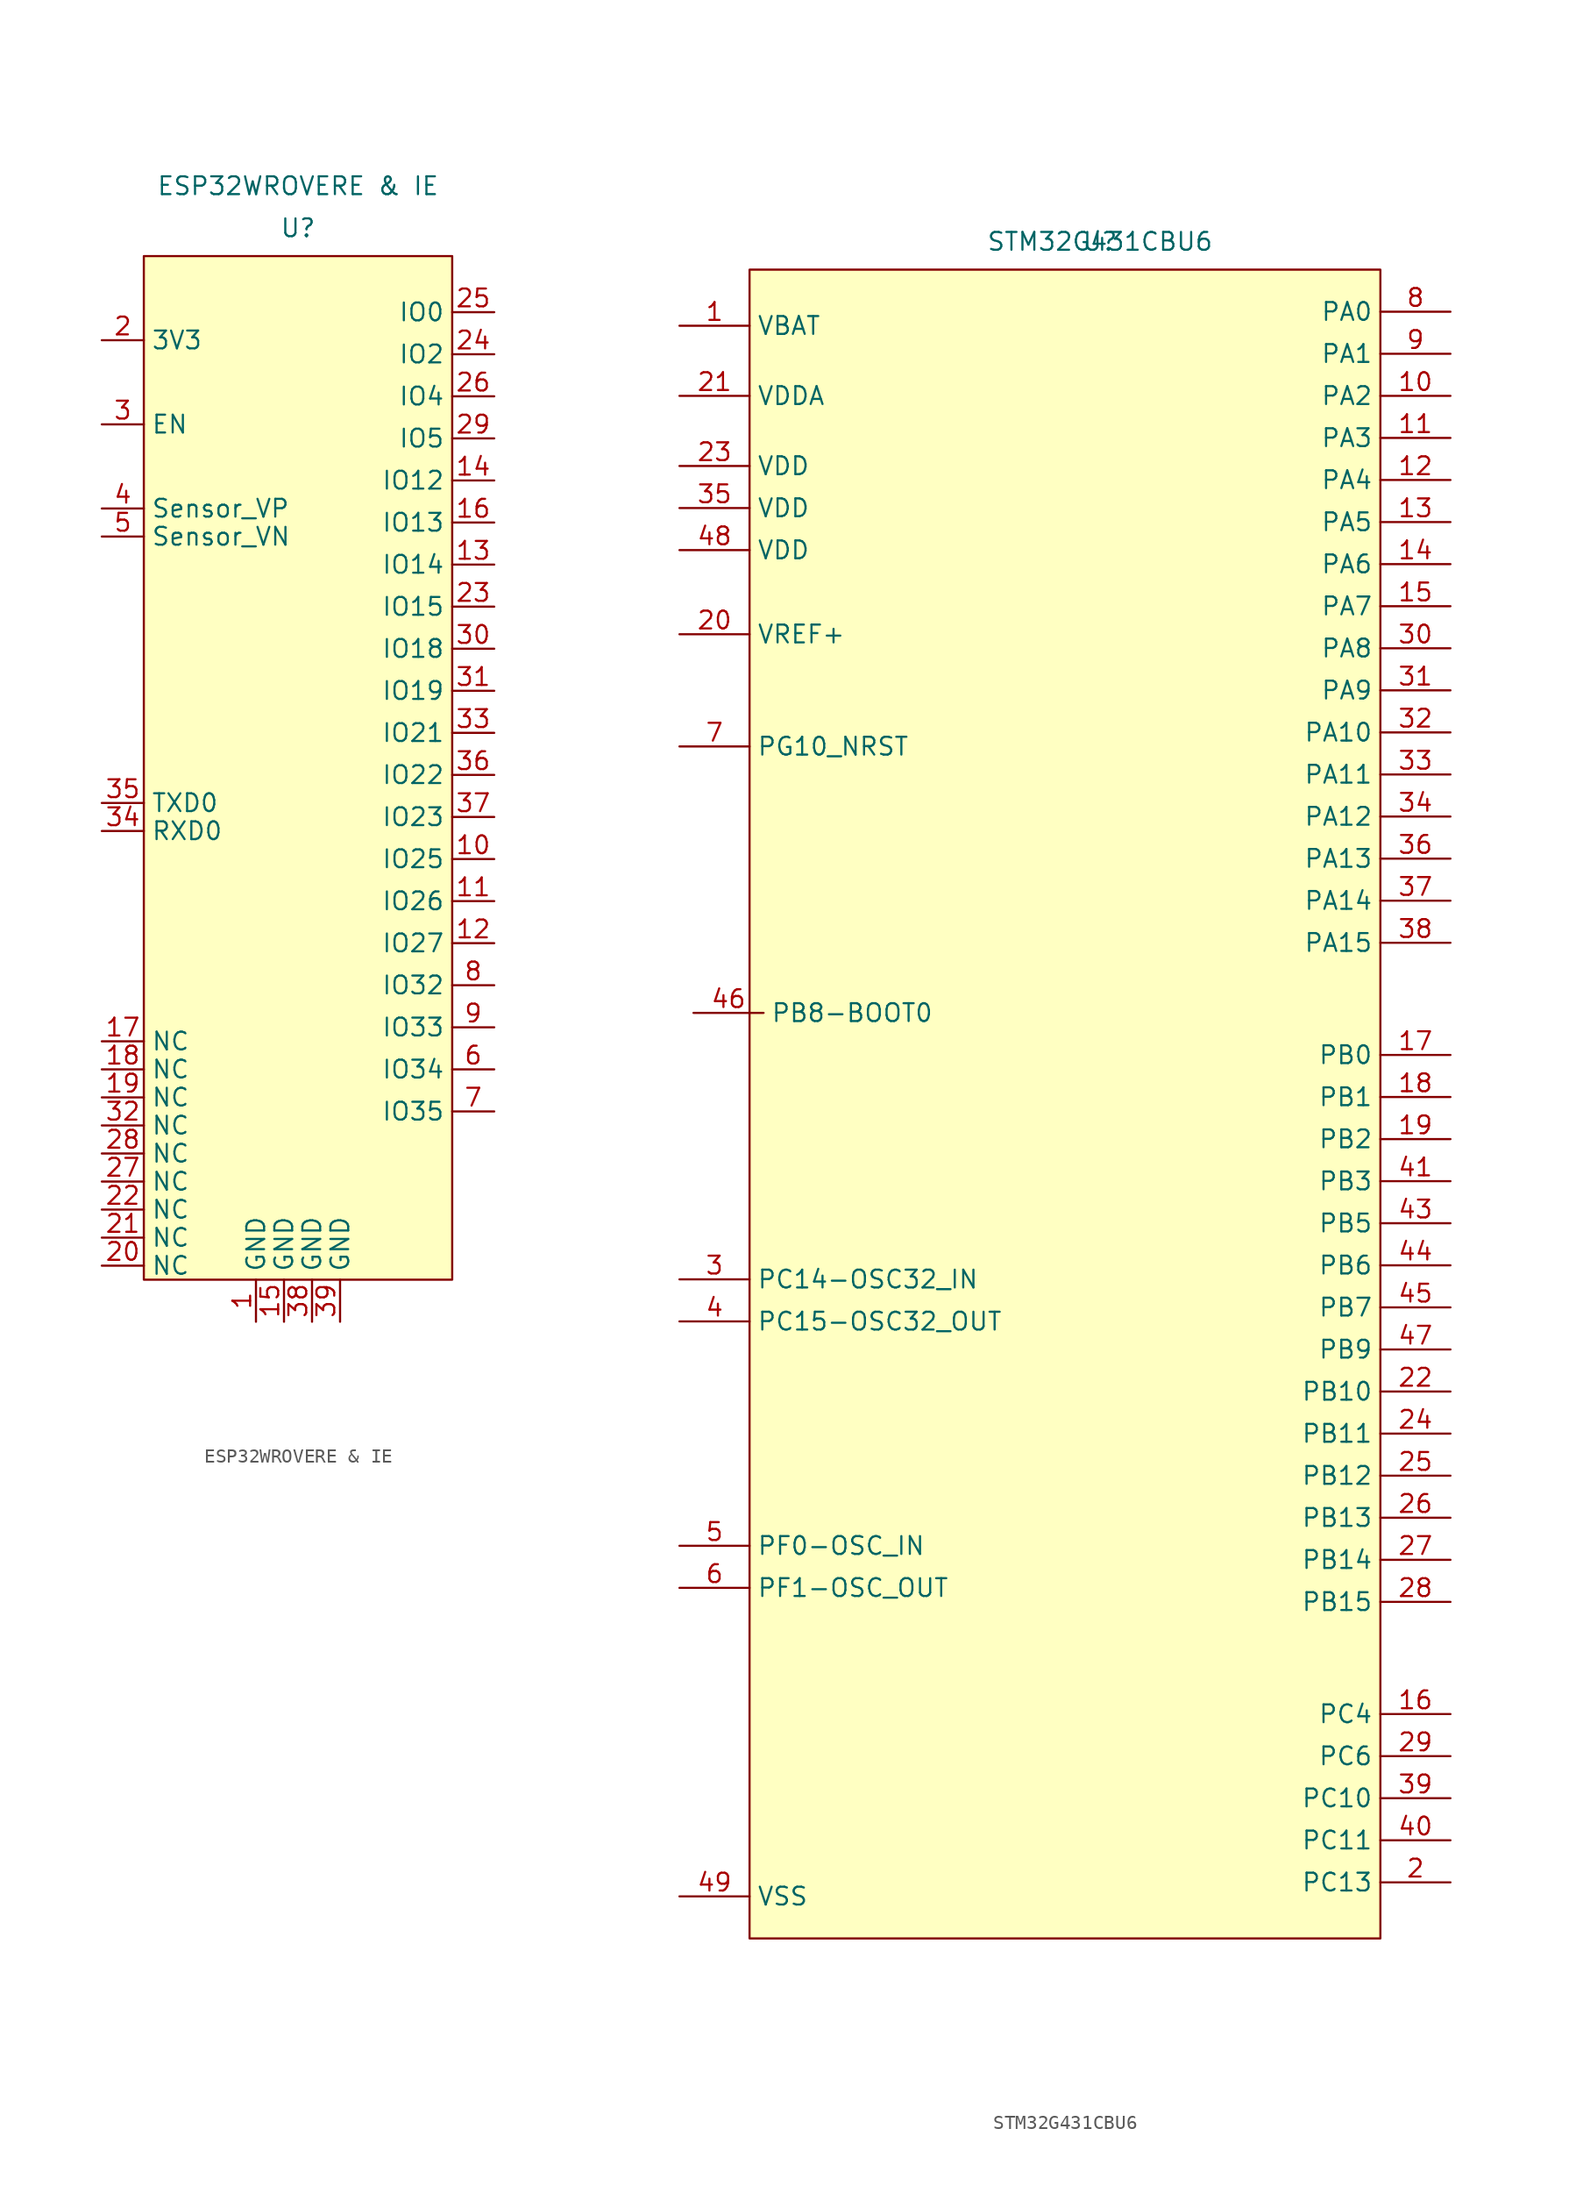
<source format=kicad_sym>
(kicad_symbol_lib
  (version 20211014)
  (generator kicad_symbol_editor)
  (symbol "ESP32­WROVER­E & IE"
    (property "Reference" "U"
      (at 0 -1 0)
      (effects (font (size 1.27 1.27))))
    (property "Value" "ESP32­WROVER­E & IE"
      (at 0 2 0)
      (effects (font (size 1.27 1.27))))
    (symbol "ESP32­WROVER­E & IE_0_1"
      (rectangle (start 11 -3) (end -11 -76) (stroke (width 0) (type default) (color 0 0 0 0)) (fill (type background))))
    (symbol "ESP32­WROVER­E & IE_1_1"
      (pin passive line (at -3 -79 90) (length 3) (name "GND" (effects (font (size 1.27 1.27)))) (number "1" (effects (font (size 1.27 1.27)))))
      (pin passive line (at 14 -46 180) (length 3) (name "IO25" (effects (font (size 1.27 1.27)))) (number "10" (effects (font (size 1.27 1.27)))))
      (pin passive line (at 14 -49 180) (length 3) (name "IO26" (effects (font (size 1.27 1.27)))) (number "11" (effects (font (size 1.27 1.27)))))
      (pin passive line (at 14 -52 180) (length 3) (name "IO27" (effects (font (size 1.27 1.27)))) (number "12" (effects (font (size 1.27 1.27)))))
      (pin passive line (at 14 -25 180) (length 3) (name "IO14" (effects (font (size 1.27 1.27)))) (number "13" (effects (font (size 1.27 1.27)))))
      (pin passive line (at 14 -19 180) (length 3) (name "IO12" (effects (font (size 1.27 1.27)))) (number "14" (effects (font (size 1.27 1.27)))))
      (pin passive line (at -1 -79 90) (length 3) (name "GND" (effects (font (size 1.27 1.27)))) (number "15" (effects (font (size 1.27 1.27)))))
      (pin passive line (at 14 -22 180) (length 3) (name "IO13" (effects (font (size 1.27 1.27)))) (number "16" (effects (font (size 1.27 1.27)))))
      (pin passive line (at -14 -59 0) (length 3) (name "NC" (effects (font (size 1.27 1.27)))) (number "17" (effects (font (size 1.27 1.27)))))
      (pin passive line (at -14 -61 0) (length 3) (name "NC" (effects (font (size 1.27 1.27)))) (number "18" (effects (font (size 1.27 1.27)))))
      (pin passive line (at -14 -63 0) (length 3) (name "NC" (effects (font (size 1.27 1.27)))) (number "19" (effects (font (size 1.27 1.27)))))
      (pin input line (at -14 -9 0) (length 3) (name "3V3" (effects (font (size 1.27 1.27)))) (number "2" (effects (font (size 1.27 1.27)))))
      (pin passive line (at -14 -75 0) (length 3) (name "NC" (effects (font (size 1.27 1.27)))) (number "20" (effects (font (size 1.27 1.27)))))
      (pin passive line (at -14 -73 0) (length 3) (name "NC" (effects (font (size 1.27 1.27)))) (number "21" (effects (font (size 1.27 1.27)))))
      (pin passive line (at -14 -71 0) (length 3) (name "NC" (effects (font (size 1.27 1.27)))) (number "22" (effects (font (size 1.27 1.27)))))
      (pin passive line (at 14 -28 180) (length 3) (name "IO15" (effects (font (size 1.27 1.27)))) (number "23" (effects (font (size 1.27 1.27)))))
      (pin passive line (at 14 -10 180) (length 3) (name "IO2" (effects (font (size 1.27 1.27)))) (number "24" (effects (font (size 1.27 1.27)))))
      (pin passive line (at 14 -7 180) (length 3) (name "IO0" (effects (font (size 1.27 1.27)))) (number "25" (effects (font (size 1.27 1.27)))))
      (pin passive line (at 14 -13 180) (length 3) (name "IO4" (effects (font (size 1.27 1.27)))) (number "26" (effects (font (size 1.27 1.27)))))
      (pin passive line (at -14 -69 0) (length 3) (name "NC" (effects (font (size 1.27 1.27)))) (number "27" (effects (font (size 1.27 1.27)))))
      (pin passive line (at -14 -67 0) (length 3) (name "NC" (effects (font (size 1.27 1.27)))) (number "28" (effects (font (size 1.27 1.27)))))
      (pin passive line (at 14 -16 180) (length 3) (name "IO5" (effects (font (size 1.27 1.27)))) (number "29" (effects (font (size 1.27 1.27)))))
      (pin input line (at -14 -15 0) (length 3) (name "EN" (effects (font (size 1.27 1.27)))) (number "3" (effects (font (size 1.27 1.27)))))
      (pin passive line (at 14 -31 180) (length 3) (name "IO18" (effects (font (size 1.27 1.27)))) (number "30" (effects (font (size 1.27 1.27)))))
      (pin passive line (at 14 -34 180) (length 3) (name "IO19" (effects (font (size 1.27 1.27)))) (number "31" (effects (font (size 1.27 1.27)))))
      (pin passive line (at -14 -65 0) (length 3) (name "NC" (effects (font (size 1.27 1.27)))) (number "32" (effects (font (size 1.27 1.27)))))
      (pin passive line (at 14 -37 180) (length 3) (name "IO21" (effects (font (size 1.27 1.27)))) (number "33" (effects (font (size 1.27 1.27)))))
      (pin passive line (at -14 -44 0) (length 3) (name "RXD0" (effects (font (size 1.27 1.27)))) (number "34" (effects (font (size 1.27 1.27)))))
      (pin passive line (at -14 -42 0) (length 3) (name "TXD0" (effects (font (size 1.27 1.27)))) (number "35" (effects (font (size 1.27 1.27)))))
      (pin passive line (at 14 -40 180) (length 3) (name "IO22" (effects (font (size 1.27 1.27)))) (number "36" (effects (font (size 1.27 1.27)))))
      (pin passive line (at 14 -43 180) (length 3) (name "IO23" (effects (font (size 1.27 1.27)))) (number "37" (effects (font (size 1.27 1.27)))))
      (pin passive line (at 1 -79 90) (length 3) (name "GND" (effects (font (size 1.27 1.27)))) (number "38" (effects (font (size 1.27 1.27)))))
      (pin passive line (at 3 -79 90) (length 3) (name "GND" (effects (font (size 1.27 1.27)))) (number "39" (effects (font (size 1.27 1.27)))))
      (pin passive line (at -14 -21 0) (length 3) (name "Sensor_VP" (effects (font (size 1.27 1.27)))) (number "4" (effects (font (size 1.27 1.27)))))
      (pin passive line (at -14 -23 0) (length 3) (name "Sensor_VN" (effects (font (size 1.27 1.27)))) (number "5" (effects (font (size 1.27 1.27)))))
      (pin passive line (at 14 -61 180) (length 3) (name "IO34" (effects (font (size 1.27 1.27)))) (number "6" (effects (font (size 1.27 1.27)))))
      (pin passive line (at 14 -64 180) (length 3) (name "IO35" (effects (font (size 1.27 1.27)))) (number "7" (effects (font (size 1.27 1.27)))))
      (pin passive line (at 14 -55 180) (length 3) (name "IO32" (effects (font (size 1.27 1.27)))) (number "8" (effects (font (size 1.27 1.27)))))
      (pin passive line (at 14 -58 180) (length 3) (name "IO33" (effects (font (size 1.27 1.27)))) (number "9" (effects (font (size 1.27 1.27)))))))
  (symbol "STM32G431CBU6"
    (property "Reference" "U"
      (at 0 19 0)
      (effects (font (size 1.27 1.27))))
    (property "Value" "STM32G431CBU6"
      (at 0 19 0)
      (effects (font (size 1.27 1.27))))
    (symbol "STM32G431CBU6_0_1"
      (rectangle (start -25 17) (end 20 -102) (stroke (width 0) (type default) (color 0 0 0 0)) (fill (type background))))
    (symbol "STM32G431CBU6_1_1"
      (pin input line (at -30 13 0) (length 5) (name "VBAT" (effects (font (size 1.27 1.27)))) (number "1" (effects (font (size 1.27 1.27)))))
      (pin passive line (at 25 8 180) (length 5) (name "PA2" (effects (font (size 1.27 1.27)))) (number "10" (effects (font (size 1.27 1.27)))))
      (pin passive line (at 25 5 180) (length 5) (name "PA3" (effects (font (size 1.27 1.27)))) (number "11" (effects (font (size 1.27 1.27)))))
      (pin passive line (at 25 2 180) (length 5) (name "PA4" (effects (font (size 1.27 1.27)))) (number "12" (effects (font (size 1.27 1.27)))))
      (pin passive line (at 25 -1 180) (length 5) (name "PA5" (effects (font (size 1.27 1.27)))) (number "13" (effects (font (size 1.27 1.27)))))
      (pin passive line (at 25 -4 180) (length 5) (name "PA6" (effects (font (size 1.27 1.27)))) (number "14" (effects (font (size 1.27 1.27)))))
      (pin passive line (at 25 -7 180) (length 5) (name "PA7" (effects (font (size 1.27 1.27)))) (number "15" (effects (font (size 1.27 1.27)))))
      (pin passive line (at 25 -86 180) (length 5) (name "PC4" (effects (font (size 1.27 1.27)))) (number "16" (effects (font (size 1.27 1.27)))))
      (pin passive line (at 25 -39 180) (length 5) (name "PB0" (effects (font (size 1.27 1.27)))) (number "17" (effects (font (size 1.27 1.27)))))
      (pin passive line (at 25 -42 180) (length 5) (name "PB1" (effects (font (size 1.27 1.27)))) (number "18" (effects (font (size 1.27 1.27)))))
      (pin passive line (at 25 -45 180) (length 5) (name "PB2" (effects (font (size 1.27 1.27)))) (number "19" (effects (font (size 1.27 1.27)))))
      (pin input line (at 25 -98 180) (length 5) (name "PC13" (effects (font (size 1.27 1.27)))) (number "2" (effects (font (size 1.27 1.27)))))
      (pin passive line (at -30 -9 0) (length 5) (name "VREF+" (effects (font (size 1.27 1.27)))) (number "20" (effects (font (size 1.27 1.27)))))
      (pin passive line (at -30 8 0) (length 5) (name "VDDA" (effects (font (size 1.27 1.27)))) (number "21" (effects (font (size 1.27 1.27)))))
      (pin passive line (at 25 -63 180) (length 5) (name "PB10" (effects (font (size 1.27 1.27)))) (number "22" (effects (font (size 1.27 1.27)))))
      (pin passive line (at -30 3 0) (length 5) (name "VDD" (effects (font (size 1.27 1.27)))) (number "23" (effects (font (size 1.27 1.27)))))
      (pin passive line (at 25 -66 180) (length 5) (name "PB11" (effects (font (size 1.27 1.27)))) (number "24" (effects (font (size 1.27 1.27)))))
      (pin passive line (at 25 -69 180) (length 5) (name "PB12" (effects (font (size 1.27 1.27)))) (number "25" (effects (font (size 1.27 1.27)))))
      (pin passive line (at 25 -72 180) (length 5) (name "PB13" (effects (font (size 1.27 1.27)))) (number "26" (effects (font (size 1.27 1.27)))))
      (pin passive line (at 25 -75 180) (length 5) (name "PB14" (effects (font (size 1.27 1.27)))) (number "27" (effects (font (size 1.27 1.27)))))
      (pin passive line (at 25 -78 180) (length 5) (name "PB15" (effects (font (size 1.27 1.27)))) (number "28" (effects (font (size 1.27 1.27)))))
      (pin passive line (at 25 -89 180) (length 5) (name "PC6" (effects (font (size 1.27 1.27)))) (number "29" (effects (font (size 1.27 1.27)))))
      (pin input line (at -30 -55 0) (length 5) (name "PC14-OSC32_IN" (effects (font (size 1.27 1.27)))) (number "3" (effects (font (size 1.27 1.27)))))
      (pin passive line (at 25 -10 180) (length 5) (name "PA8" (effects (font (size 1.27 1.27)))) (number "30" (effects (font (size 1.27 1.27)))))
      (pin passive line (at 25 -13 180) (length 5) (name "PA9" (effects (font (size 1.27 1.27)))) (number "31" (effects (font (size 1.27 1.27)))))
      (pin passive line (at 25 -16 180) (length 5) (name "PA10" (effects (font (size 1.27 1.27)))) (number "32" (effects (font (size 1.27 1.27)))))
      (pin passive line (at 25 -19 180) (length 5) (name "PA11" (effects (font (size 1.27 1.27)))) (number "33" (effects (font (size 1.27 1.27)))))
      (pin passive line (at 25 -22 180) (length 5) (name "PA12" (effects (font (size 1.27 1.27)))) (number "34" (effects (font (size 1.27 1.27)))))
      (pin passive line (at -30 0 0) (length 5) (name "VDD" (effects (font (size 1.27 1.27)))) (number "35" (effects (font (size 1.27 1.27)))))
      (pin passive line (at 25 -25 180) (length 5) (name "PA13" (effects (font (size 1.27 1.27)))) (number "36" (effects (font (size 1.27 1.27)))))
      (pin passive line (at 25 -28 180) (length 5) (name "PA14" (effects (font (size 1.27 1.27)))) (number "37" (effects (font (size 1.27 1.27)))))
      (pin passive line (at 25 -31 180) (length 5) (name "PA15" (effects (font (size 1.27 1.27)))) (number "38" (effects (font (size 1.27 1.27)))))
      (pin passive line (at 25 -92 180) (length 5) (name "PC10" (effects (font (size 1.27 1.27)))) (number "39" (effects (font (size 1.27 1.27)))))
      (pin input line (at -30 -58 0) (length 5) (name "PC15-OSC32_OUT" (effects (font (size 1.27 1.27)))) (number "4" (effects (font (size 1.27 1.27)))))
      (pin passive line (at 25 -95 180) (length 5) (name "PC11" (effects (font (size 1.27 1.27)))) (number "40" (effects (font (size 1.27 1.27)))))
      (pin passive line (at 25 -48 180) (length 5) (name "PB3" (effects (font (size 1.27 1.27)))) (number "41" (effects (font (size 1.27 1.27)))))
      (pin passive line (at 25 -51 180) (length 5) (name "PB5" (effects (font (size 1.27 1.27)))) (number "43" (effects (font (size 1.27 1.27)))))
      (pin passive line (at 25 -54 180) (length 5) (name "PB6" (effects (font (size 1.27 1.27)))) (number "44" (effects (font (size 1.27 1.27)))))
      (pin passive line (at 25 -57 180) (length 5) (name "PB7" (effects (font (size 1.27 1.27)))) (number "45" (effects (font (size 1.27 1.27)))))
      (pin passive line (at -29 -36 0) (length 5) (name "PB8-BOOT0" (effects (font (size 1.27 1.27)))) (number "46" (effects (font (size 1.27 1.27)))))
      (pin passive line (at 25 -60 180) (length 5) (name "PB9" (effects (font (size 1.27 1.27)))) (number "47" (effects (font (size 1.27 1.27)))))
      (pin passive line (at -30 -3 0) (length 5) (name "VDD" (effects (font (size 1.27 1.27)))) (number "48" (effects (font (size 1.27 1.27)))))
      (pin passive line (at -30 -99 0) (length 5) (name "VSS" (effects (font (size 1.27 1.27)))) (number "49" (effects (font (size 1.27 1.27)))))
      (pin input line (at -30 -74 0) (length 5) (name "PF0-OSC_IN" (effects (font (size 1.27 1.27)))) (number "5" (effects (font (size 1.27 1.27)))))
      (pin input line (at -30 -77 0) (length 5) (name "PF1-OSC_OUT" (effects (font (size 1.27 1.27)))) (number "6" (effects (font (size 1.27 1.27)))))
      (pin input line (at -30 -17 0) (length 5) (name "PG10_NRST" (effects (font (size 1.27 1.27)))) (number "7" (effects (font (size 1.27 1.27)))))
      (pin passive line (at 25 14 180) (length 5) (name "PA0" (effects (font (size 1.27 1.27)))) (number "8" (effects (font (size 1.27 1.27)))))
      (pin passive line (at 25 11 180) (length 5) (name "PA1" (effects (font (size 1.27 1.27)))) (number "9" (effects (font (size 1.27 1.27))))))))
</source>
